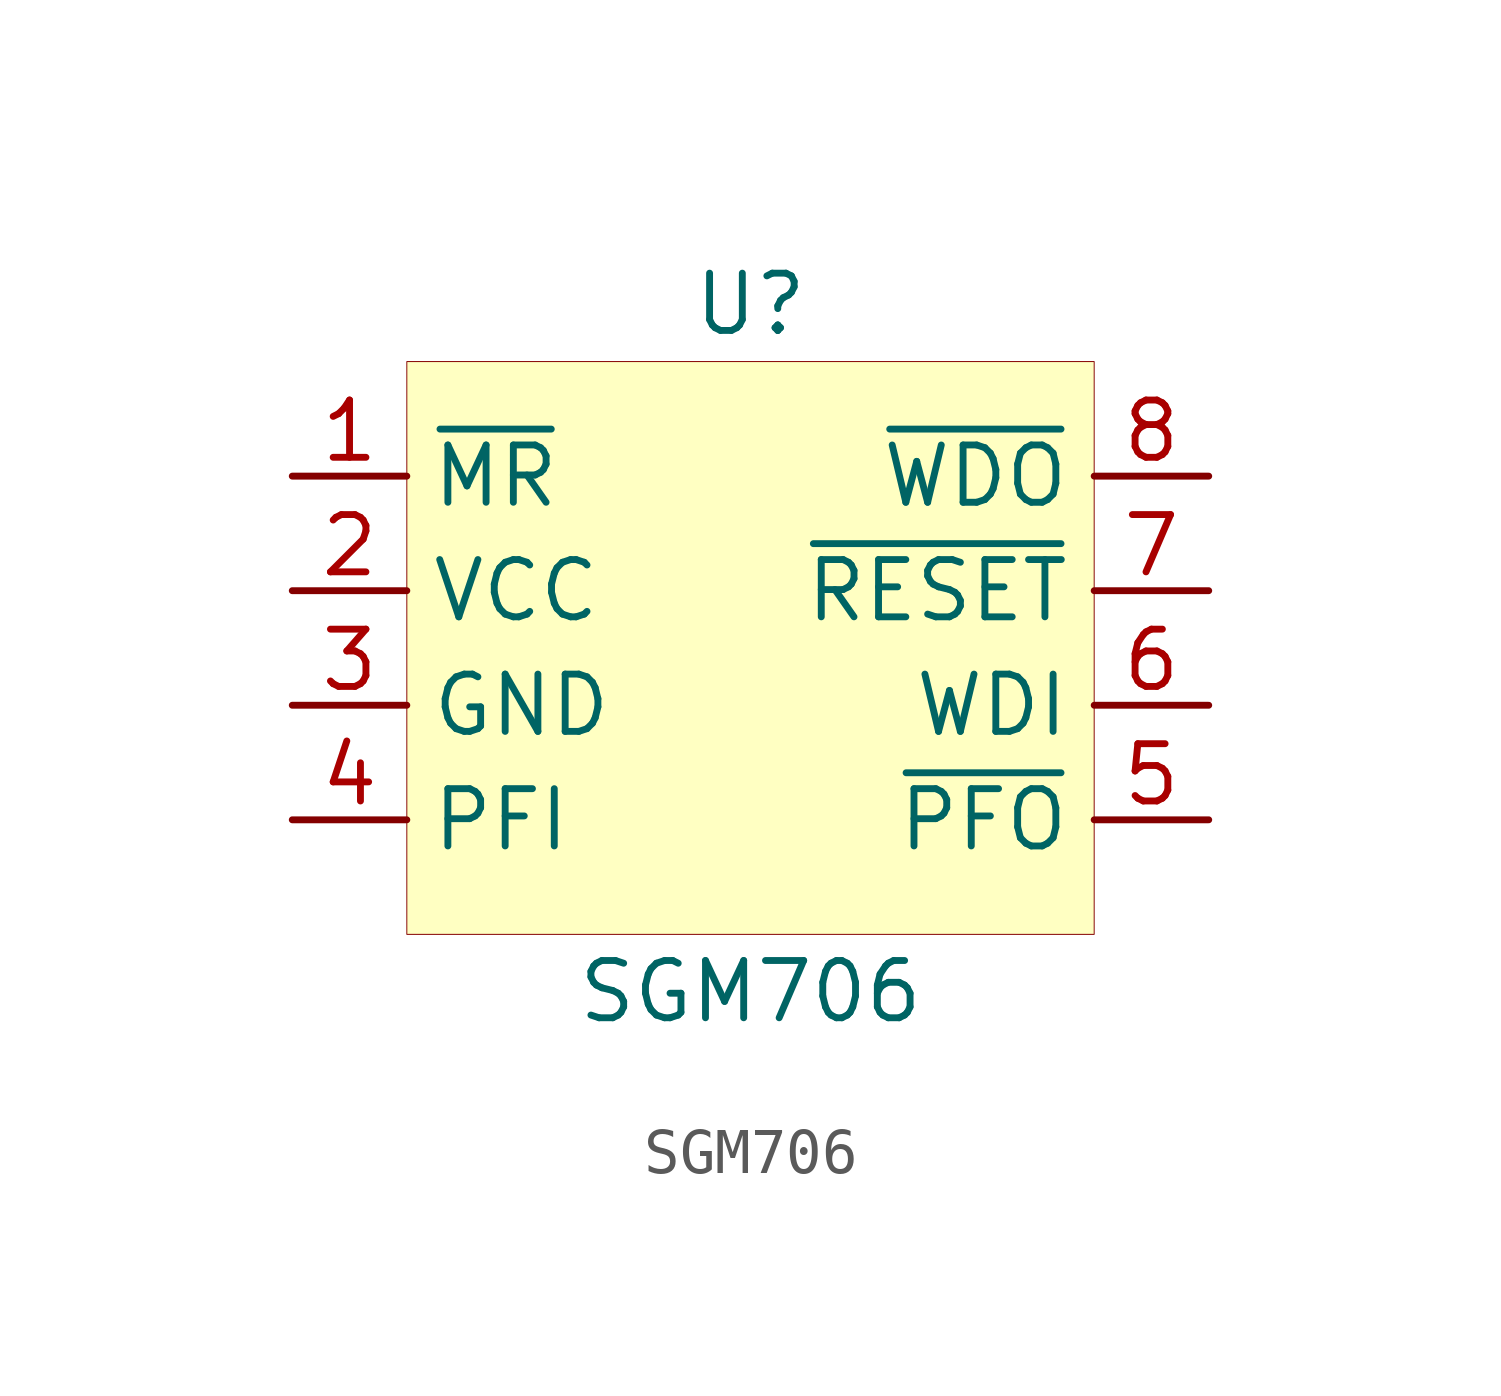
<source format=kicad_sym>
(kicad_symbol_lib
  (version 20201005)
  (generator kicad_symbol_editor)
  (symbol "supervisor:SGM706"
    (property "Reference" "U"
      (at 0 8.89 0)
      (effects (font (size 1.27 1.27))))
    (property "Value" "SGM706"
      (at 0 -6.35 0)
      (effects (font (size 1.27 1.27))))
    (symbol "SGM706_0_1"
      (rectangle (start -7.62 7.62) (end 7.62 -5.08) (stroke (width 0.001)) (fill (type background))))
    (symbol "SGM706_1_1"
      (pin input line (at -10.16 5.08 0) (length 2.54) (name "~MR" (effects (font (size 1.27 1.27)))) (number "1" (effects (font (size 1.27 1.27)))))
      (pin input line (at -10.16 2.54 0) (length 2.54) (name "VCC" (effects (font (size 1.27 1.27)))) (number "2" (effects (font (size 1.27 1.27)))))
      (pin input line (at -10.16 0 0) (length 2.54) (name "GND" (effects (font (size 1.27 1.27)))) (number "3" (effects (font (size 1.27 1.27)))))
      (pin input line (at -10.16 -2.54 0) (length 2.54) (name "PFI" (effects (font (size 1.27 1.27)))) (number "4" (effects (font (size 1.27 1.27)))))
      (pin input line (at 10.16 5.08 180) (length 2.54) (name "~WDO" (effects (font (size 1.27 1.27)))) (number "8" (effects (font (size 1.27 1.27)))))
      (pin input line (at 10.16 2.54 180) (length 2.54) (name "~RESET" (effects (font (size 1.27 1.27)))) (number "7" (effects (font (size 1.27 1.27)))))
      (pin input line (at 10.16 0 180) (length 2.54) (name "WDI" (effects (font (size 1.27 1.27)))) (number "6" (effects (font (size 1.27 1.27)))))
      (pin input line (at 10.16 -2.54 180) (length 2.54) (name "~PFO" (effects (font (size 1.27 1.27)))) (number "5" (effects (font (size 1.27 1.27))))))))
</source>
